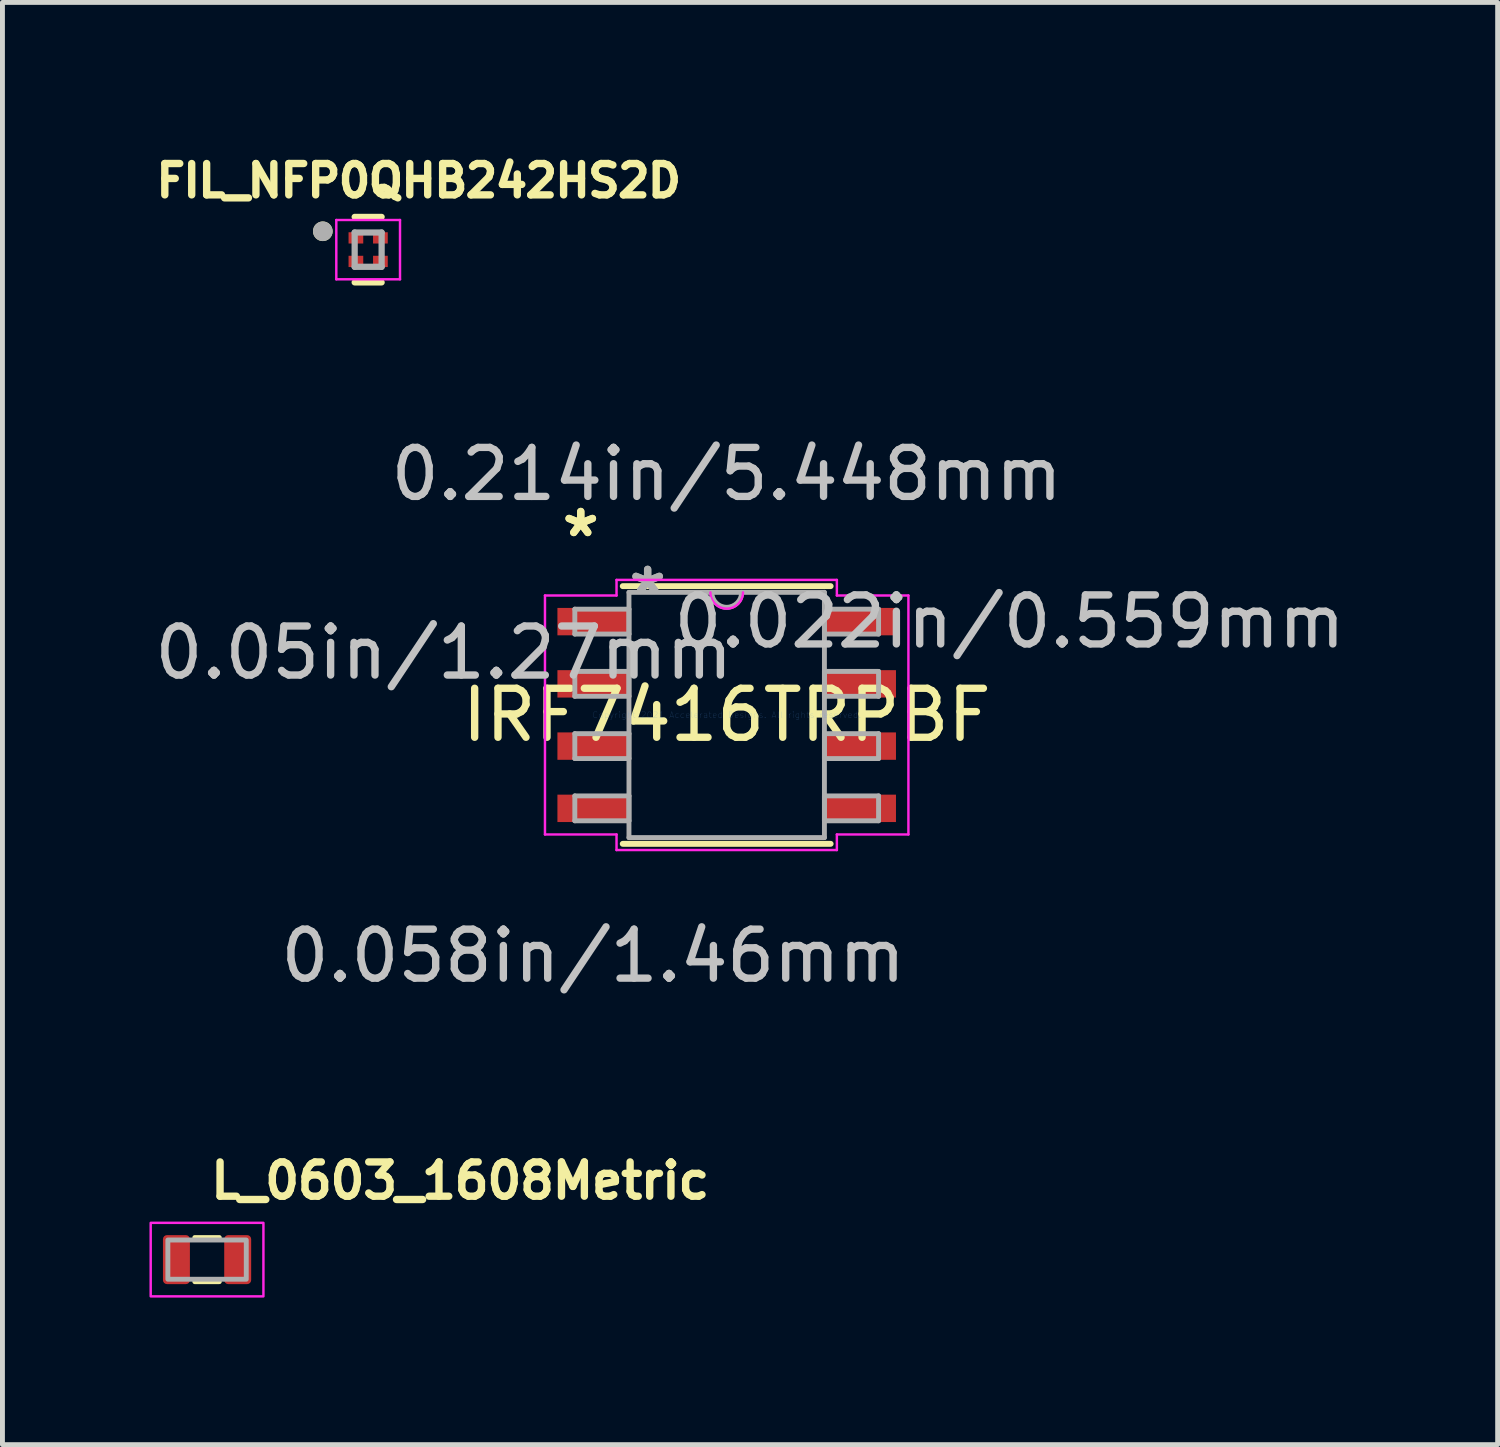
<source format=kicad_pcb>
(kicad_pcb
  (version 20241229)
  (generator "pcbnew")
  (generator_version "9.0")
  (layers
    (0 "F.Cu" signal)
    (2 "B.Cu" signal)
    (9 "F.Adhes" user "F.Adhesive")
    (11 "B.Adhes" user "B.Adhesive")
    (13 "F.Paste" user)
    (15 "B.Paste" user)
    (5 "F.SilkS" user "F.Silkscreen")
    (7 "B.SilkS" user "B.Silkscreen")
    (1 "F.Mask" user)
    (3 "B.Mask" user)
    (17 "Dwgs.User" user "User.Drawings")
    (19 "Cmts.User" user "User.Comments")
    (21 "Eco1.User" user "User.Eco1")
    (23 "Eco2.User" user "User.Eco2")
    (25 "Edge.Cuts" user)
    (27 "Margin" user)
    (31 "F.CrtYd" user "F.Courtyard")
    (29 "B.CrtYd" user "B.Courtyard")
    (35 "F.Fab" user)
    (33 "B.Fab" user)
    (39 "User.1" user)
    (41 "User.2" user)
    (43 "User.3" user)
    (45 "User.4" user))
  (footprint "L_0603_1608Metric"
    (layer "F.Cu")
    (at 1.175 22.652)
    (property "Reference" "L_0603_1608Metric" (at 0 -1.2 0) (layer "F.SilkS") (effects (font (size 0.7 0.7) (thickness 0.15)) (justify left bottom)))
    (attr smd)
    (fp_line (start -0.25 -0.45) (end 0.25 -0.45) (stroke (width 0.1) (type solid)) (layer "F.SilkS"))
    (fp_line (start -0.25 0.45) (end 0.25 0.45) (stroke (width 0.1) (type solid)) (layer "F.SilkS"))
    (fp_rect (start -1.15 -0.75) (end 1.15 0.75) (stroke (width 0.05) (type solid)) (fill no) (layer "F.CrtYd"))
    (fp_rect (start -0.8 -0.4) (end 0.8 0.4) (stroke (width 0.1) (type solid)) (fill no) (layer "F.Fab"))
    (fp_rect (start -0.8 -0.4) (end 0.8 0.4) (stroke (width 0.1) (type solid)) (fill no) (layer "User.5"))
    (pad "1" smd roundrect (at -0.625 0) (size 0.55 1) (layers "F.Cu" "F.Mask" "F.Paste") (roundrect_rratio 0.15))
    (pad "2" smd roundrect (at 0.625 0) (size 0.55 1) (layers "F.Cu" "F.Mask" "F.Paste") (roundrect_rratio 0.15)))
  (footprint "FIL_NFP0QHB242HS2D"
    (layer "F.Cu")
    (at 4.462 2.044)
    (property "Reference" "FIL_NFP0QHB242HS2D" (at 1.032 -1.406 0) (layer "F.SilkS") (effects (font (size 0.64 0.64) (thickness 0.15))))
    (attr smd)
    (fp_line (start -0.275 0.668) (end 0.275 0.668) (stroke (width 0.127) (type solid)) (layer "F.SilkS"))
    (fp_line (start 0.275 -0.668) (end -0.275 -0.668) (stroke (width 0.127) (type solid)) (layer "F.SilkS"))
    (fp_circle (center -0.925 -0.375) (end -0.825 -0.375) (stroke (width 0.2) (type solid)) (fill no) (layer "F.SilkS"))
    (fp_line (start -0.65 -0.605) (end 0.65 -0.605) (stroke (width 0.05) (type solid)) (layer "F.CrtYd"))
    (fp_line (start -0.65 0.605) (end -0.65 -0.605) (stroke (width 0.05) (type solid)) (layer "F.CrtYd"))
    (fp_line (start 0.65 -0.605) (end 0.65 0.605) (stroke (width 0.05) (type solid)) (layer "F.CrtYd"))
    (fp_line (start 0.65 0.605) (end -0.65 0.605) (stroke (width 0.05) (type solid)) (layer "F.CrtYd"))
    (fp_line (start -0.275 -0.35) (end -0.275 0.35) (stroke (width 0.127) (type solid)) (layer "F.Fab"))
    (fp_line (start -0.275 0.35) (end 0.275 0.35) (stroke (width 0.127) (type solid)) (layer "F.Fab"))
    (fp_line (start 0.275 -0.35) (end -0.275 -0.35) (stroke (width 0.127) (type solid)) (layer "F.Fab"))
    (fp_line (start 0.275 0.35) (end 0.275 -0.35) (stroke (width 0.127) (type solid)) (layer "F.Fab"))
    (fp_circle (center -0.925 -0.375) (end -0.825 -0.375) (stroke (width 0.2) (type solid)) (fill no) (layer "F.Fab"))
    (pad "1" smd rect (at -0.25 -0.24) (size 0.3 0.23) (layers "F.Cu" "F.Mask" "F.Paste"))
    (pad "2" smd rect (at 0.25 -0.24) (size 0.3 0.23) (layers "F.Cu" "F.Mask" "F.Paste"))
    (pad "3" smd rect (at 0.25 0.24) (size 0.3 0.23) (layers "F.Cu" "F.Mask" "F.Paste"))
    (pad "4" smd rect (at -0.25 0.24) (size 0.3 0.23) (layers "F.Cu" "F.Mask" "F.Paste")))
  (footprint "IRF7416TRPBF"
    (layer "F.Cu")
    (at 11.778 11.539)
    (property "Reference" "IRF7416TRPBF" (at 0 0 0) (layer "F.SilkS") (effects (font (size 1 1) (thickness 0.15))))
    (attr through_hole)
    (fp_line (start -2.121 2.629) (end 2.121 2.629) (stroke (width 0.12) (type solid)) (layer "F.SilkS"))
    (fp_line (start 2.121 -2.629) (end -2.121 -2.629) (stroke (width 0.12) (type solid)) (layer "F.SilkS"))
    (fp_line (start -3.708 -2.438) (end -2.248 -2.438) (stroke (width 0.05) (type solid)) (layer "F.CrtYd"))
    (fp_line (start -3.708 2.438) (end -3.708 -2.438) (stroke (width 0.05) (type solid)) (layer "F.CrtYd"))
    (fp_line (start -2.248 -2.756) (end 2.248 -2.756) (stroke (width 0.05) (type solid)) (layer "F.CrtYd"))
    (fp_line (start -2.248 -2.438) (end -2.248 -2.756) (stroke (width 0.05) (type solid)) (layer "F.CrtYd"))
    (fp_line (start -2.248 2.438) (end -3.708 2.438) (stroke (width 0.05) (type solid)) (layer "F.CrtYd"))
    (fp_line (start -2.248 2.756) (end -2.248 2.438) (stroke (width 0.05) (type solid)) (layer "F.CrtYd"))
    (fp_line (start 2.248 -2.756) (end 2.248 -2.438) (stroke (width 0.05) (type solid)) (layer "F.CrtYd"))
    (fp_line (start 2.248 -2.438) (end 3.708 -2.438) (stroke (width 0.05) (type solid)) (layer "F.CrtYd"))
    (fp_line (start 2.248 2.438) (end 2.248 2.756) (stroke (width 0.05) (type solid)) (layer "F.CrtYd"))
    (fp_line (start 2.248 2.756) (end -2.248 2.756) (stroke (width 0.05) (type solid)) (layer "F.CrtYd"))
    (fp_line (start 3.708 -2.438) (end 3.708 2.438) (stroke (width 0.05) (type solid)) (layer "F.CrtYd"))
    (fp_line (start 3.708 2.438) (end 2.248 2.438) (stroke (width 0.05) (type solid)) (layer "F.CrtYd"))
    (fp_arc (start 0.332317 -2.5019) (mid 0 -2.169583) (end -0.332317 -2.5019) (stroke (width 0.05) (type solid)) (layer "F.CrtYd"))
    (fp_line (start -3.099 -2.159) (end -3.099 -1.651) (stroke (width 0.1) (type solid)) (layer "F.Fab"))
    (fp_line (start -3.099 -1.651) (end -1.994 -1.651) (stroke (width 0.1) (type solid)) (layer "F.Fab"))
    (fp_line (start -3.099 -0.889) (end -3.099 -0.381) (stroke (width 0.1) (type solid)) (layer "F.Fab"))
    (fp_line (start -3.099 -0.381) (end -1.994 -0.381) (stroke (width 0.1) (type solid)) (layer "F.Fab"))
    (fp_line (start -3.099 0.381) (end -3.099 0.889) (stroke (width 0.1) (type solid)) (layer "F.Fab"))
    (fp_line (start -3.099 0.889) (end -1.994 0.889) (stroke (width 0.1) (type solid)) (layer "F.Fab"))
    (fp_line (start -3.099 1.651) (end -3.099 2.159) (stroke (width 0.1) (type solid)) (layer "F.Fab"))
    (fp_line (start -3.099 2.159) (end -1.994 2.159) (stroke (width 0.1) (type solid)) (layer "F.Fab"))
    (fp_line (start -1.994 -2.502) (end -1.994 2.502) (stroke (width 0.1) (type solid)) (layer "F.Fab"))
    (fp_line (start -1.994 -2.159) (end -3.099 -2.159) (stroke (width 0.1) (type solid)) (layer "F.Fab"))
    (fp_line (start -1.994 -1.651) (end -1.994 -2.159) (stroke (width 0.1) (type solid)) (layer "F.Fab"))
    (fp_line (start -1.994 -0.889) (end -3.099 -0.889) (stroke (width 0.1) (type solid)) (layer "F.Fab"))
    (fp_line (start -1.994 -0.381) (end -1.994 -0.889) (stroke (width 0.1) (type solid)) (layer "F.Fab"))
    (fp_line (start -1.994 0.381) (end -3.099 0.381) (stroke (width 0.1) (type solid)) (layer "F.Fab"))
    (fp_line (start -1.994 0.889) (end -1.994 0.381) (stroke (width 0.1) (type solid)) (layer "F.Fab"))
    (fp_line (start -1.994 1.651) (end -3.099 1.651) (stroke (width 0.1) (type solid)) (layer "F.Fab"))
    (fp_line (start -1.994 2.159) (end -1.994 1.651) (stroke (width 0.1) (type solid)) (layer "F.Fab"))
    (fp_line (start -1.994 2.502) (end 1.994 2.502) (stroke (width 0.1) (type solid)) (layer "F.Fab"))
    (fp_line (start 1.994 -2.502) (end -1.994 -2.502) (stroke (width 0.1) (type solid)) (layer "F.Fab"))
    (fp_line (start 1.994 -2.159) (end 1.994 -1.651) (stroke (width 0.1) (type solid)) (layer "F.Fab"))
    (fp_line (start 1.994 -1.651) (end 3.099 -1.651) (stroke (width 0.1) (type solid)) (layer "F.Fab"))
    (fp_line (start 1.994 -0.889) (end 1.994 -0.381) (stroke (width 0.1) (type solid)) (layer "F.Fab"))
    (fp_line (start 1.994 -0.381) (end 3.099 -0.381) (stroke (width 0.1) (type solid)) (layer "F.Fab"))
    (fp_line (start 1.994 0.381) (end 1.994 0.889) (stroke (width 0.1) (type solid)) (layer "F.Fab"))
    (fp_line (start 1.994 0.889) (end 3.099 0.889) (stroke (width 0.1) (type solid)) (layer "F.Fab"))
    (fp_line (start 1.994 1.651) (end 1.994 2.159) (stroke (width 0.1) (type solid)) (layer "F.Fab"))
    (fp_line (start 1.994 2.159) (end 3.099 2.159) (stroke (width 0.1) (type solid)) (layer "F.Fab"))
    (fp_line (start 1.994 2.502) (end 1.994 -2.502) (stroke (width 0.1) (type solid)) (layer "F.Fab"))
    (fp_line (start 3.099 -2.159) (end 1.994 -2.159) (stroke (width 0.1) (type solid)) (layer "F.Fab"))
    (fp_line (start 3.099 -1.651) (end 3.099 -2.159) (stroke (width 0.1) (type solid)) (layer "F.Fab"))
    (fp_line (start 3.099 -0.889) (end 1.994 -0.889) (stroke (width 0.1) (type solid)) (layer "F.Fab"))
    (fp_line (start 3.099 -0.381) (end 3.099 -0.889) (stroke (width 0.1) (type solid)) (layer "F.Fab"))
    (fp_line (start 3.099 0.381) (end 1.994 0.381) (stroke (width 0.1) (type solid)) (layer "F.Fab"))
    (fp_line (start 3.099 0.889) (end 3.099 0.381) (stroke (width 0.1) (type solid)) (layer "F.Fab"))
    (fp_line (start 3.099 1.651) (end 1.994 1.651) (stroke (width 0.1) (type solid)) (layer "F.Fab"))
    (fp_line (start 3.099 2.159) (end 3.099 1.651) (stroke (width 0.1) (type solid)) (layer "F.Fab"))
    (fp_arc (start 0.3048 -2.5019) (mid 0 -2.1971) (end -0.3048 -2.5019) (stroke (width 0.1) (type solid)) (layer "F.Fab"))
    (fp_text user "*" (at -2.978 -3.607 0) (layer "F.SilkS") (effects (font (size 1 1) (thickness 0.15))))
    (fp_text user "*" (at -2.978 -3.607 0) (layer "F.SilkS") (effects (font (size 1 1) (thickness 0.15))))
    (fp_text user "0.022in/0.559mm" (at 5.772 -1.905 0) (layer "Dwgs.User") (effects (font (size 1 1) (thickness 0.15))))
    (fp_text user "0.05in/1.27mm" (at -5.772 -1.27 0) (layer "Dwgs.User") (effects (font (size 1 1) (thickness 0.15))))
    (fp_text user "0.058in/1.46mm" (at -2.724 4.915 0) (layer "Dwgs.User") (effects (font (size 1 1) (thickness 0.15))))
    (fp_text user "0.214in/5.448mm" (at 0 -4.915 0) (layer "Dwgs.User") (effects (font (size 1 1) (thickness 0.15))))
    (fp_text user "Copyright 2021 Accelerated Designs. All rights reserved." (at 0 0 0) (layer "Cmts.User") (effects (font (size 0.127 0.127) (thickness 0.002))))
    (fp_text user "*" (at -1.613 -2.426 0) (layer "F.Fab") (effects (font (size 1 1) (thickness 0.15))))
    (fp_text user "*" (at -1.613 -2.426 0) (layer "F.Fab") (effects (font (size 1 1) (thickness 0.15))))
    (pad "1" smd rect (at -2.724 -1.905) (size 1.46 0.559) (layers "F.Cu" "F.Mask" "F.Paste"))
    (pad "2" smd rect (at -2.724 -0.635) (size 1.46 0.559) (layers "F.Cu" "F.Mask" "F.Paste"))
    (pad "3" smd rect (at -2.724 0.635) (size 1.46 0.559) (layers "F.Cu" "F.Mask" "F.Paste"))
    (pad "4" smd rect (at -2.724 1.905) (size 1.46 0.559) (layers "F.Cu" "F.Mask" "F.Paste"))
    (pad "5" smd rect (at 2.724 1.905) (size 1.46 0.559) (layers "F.Cu" "F.Mask" "F.Paste"))
    (pad "6" smd rect (at 2.724 0.635) (size 1.46 0.559) (layers "F.Cu" "F.Mask" "F.Paste"))
    (pad "7" smd rect (at 2.724 -0.635) (size 1.46 0.559) (layers "F.Cu" "F.Mask" "F.Paste"))
    (pad "8" smd rect (at 2.724 -1.905) (size 1.46 0.559) (layers "F.Cu" "F.Mask" "F.Paste")))
  (gr_rect
    (start -3 -3)
    (end 27.509 26.427)
    (stroke (width 0.1) (type default))
    (fill no)
    (layer "Edge.Cuts")))
</source>
